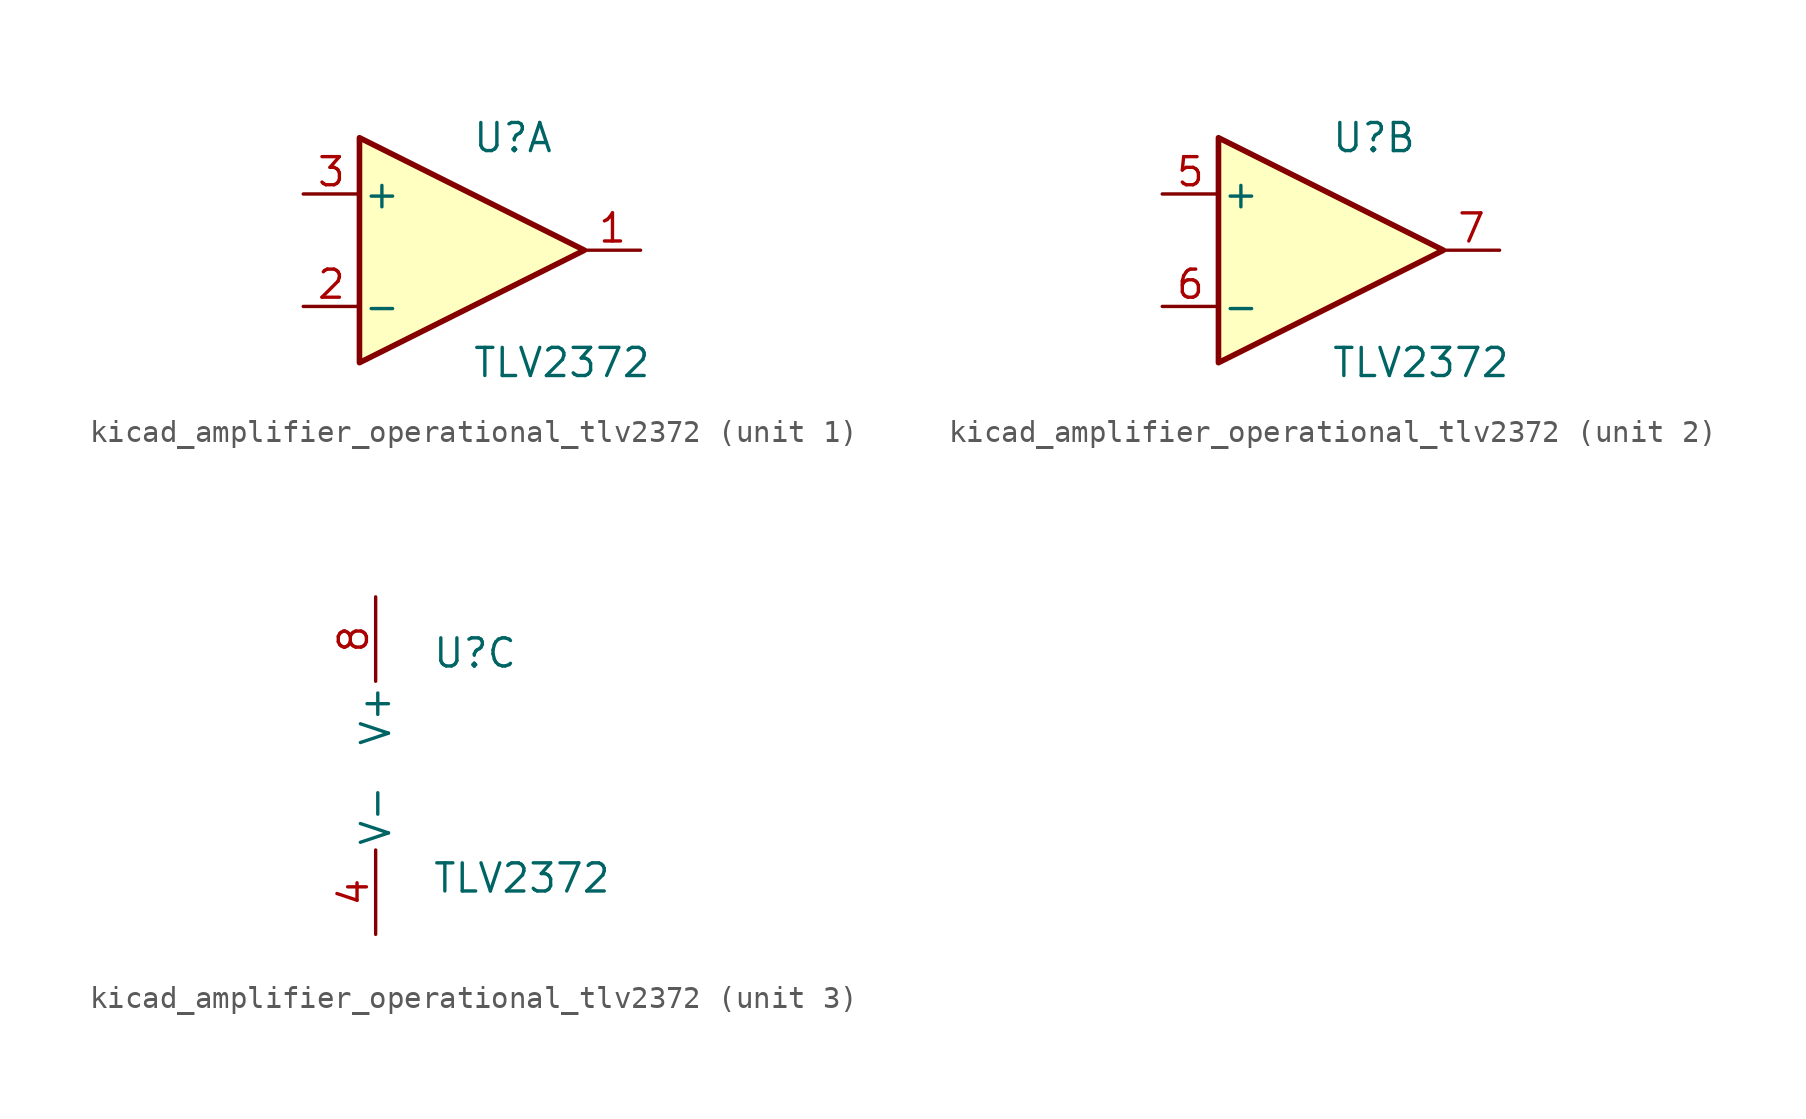
<source format=kicad_sym>
(kicad_symbol_lib
  (version 20220914)
  (generator kicad_symbol_editor)
  (symbol "kicad_amplifier_operational_tlv2372"
    (pin_names
      (offset 0.127))
    (property "Reference" "U"
      (at 0 5.08 0)
      (effects (font (size 1.27 1.27)) (justify left)))
    (property "Value" "TLV2372"
      (at 0 -5.08 0)
      (effects (font (size 1.27 1.27)) (justify left)))
    (property "ki_locked" ""
      (at 0 0 0)
      (effects (font (size 1.27 1.27))))
    (symbol "kicad_amplifier_operational_tlv2372_1_1"
      (polyline (pts (xy -5.08 5.08) (xy 5.08 0) (xy -5.08 -5.08) (xy -5.08 5.08)) (stroke (width 0.254) (type default)) (fill (type background)))
      (pin output line (at 7.62 0 180) (length 2.54) (name "~" (effects (font (size 1.27 1.27)))) (number "1" (effects (font (size 1.27 1.27)))))
      (pin input line (at -7.62 -2.54 0) (length 2.54) (name "-" (effects (font (size 1.27 1.27)))) (number "2" (effects (font (size 1.27 1.27)))))
      (pin input line (at -7.62 2.54 0) (length 2.54) (name "+" (effects (font (size 1.27 1.27)))) (number "3" (effects (font (size 1.27 1.27))))))
    (symbol "kicad_amplifier_operational_tlv2372_2_1"
      (polyline (pts (xy -5.08 5.08) (xy 5.08 0) (xy -5.08 -5.08) (xy -5.08 5.08)) (stroke (width 0.254) (type default)) (fill (type background)))
      (pin input line (at -7.62 2.54 0) (length 2.54) (name "+" (effects (font (size 1.27 1.27)))) (number "5" (effects (font (size 1.27 1.27)))))
      (pin input line (at -7.62 -2.54 0) (length 2.54) (name "-" (effects (font (size 1.27 1.27)))) (number "6" (effects (font (size 1.27 1.27)))))
      (pin output line (at 7.62 0 180) (length 2.54) (name "~" (effects (font (size 1.27 1.27)))) (number "7" (effects (font (size 1.27 1.27))))))
    (symbol "kicad_amplifier_operational_tlv2372_3_1"
      (pin power_in line (at -2.54 -7.62 90) (length 3.81) (name "V-" (effects (font (size 1.27 1.27)))) (number "4" (effects (font (size 1.27 1.27)))))
      (pin power_in line (at -2.54 7.62 270) (length 3.81) (name "V+" (effects (font (size 1.27 1.27)))) (number "8" (effects (font (size 1.27 1.27))))))))
</source>
